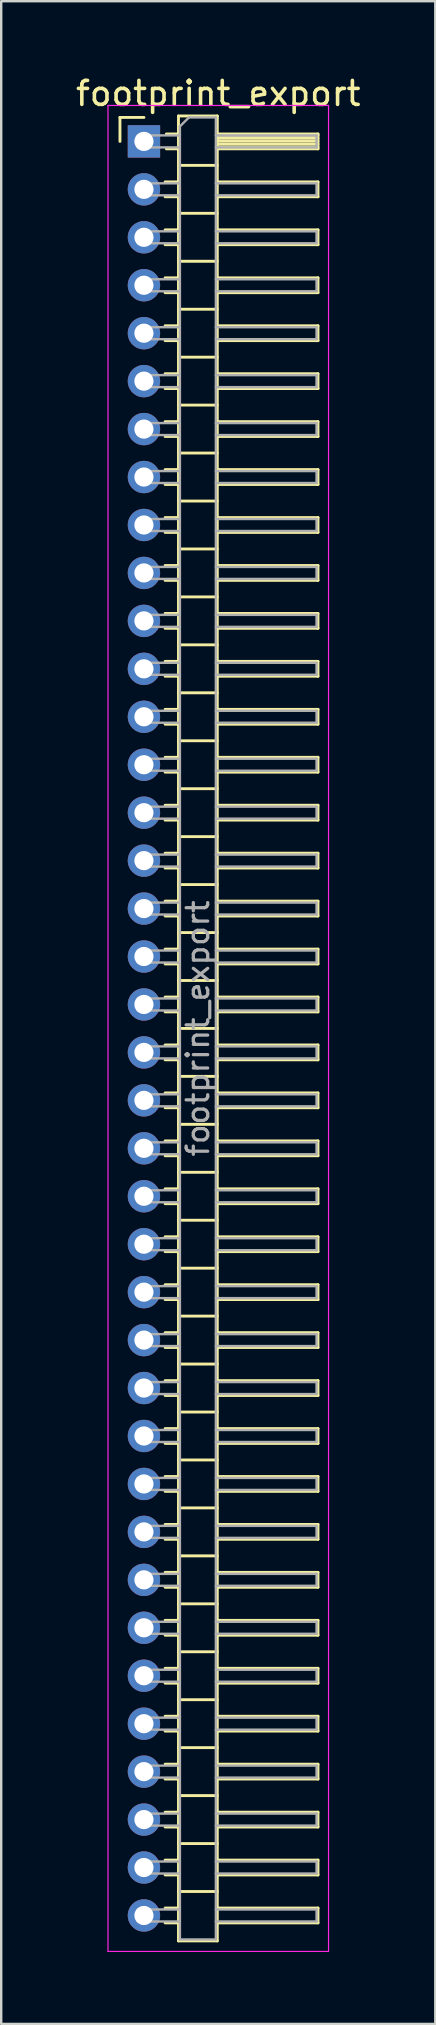
<source format=kicad_pcb>
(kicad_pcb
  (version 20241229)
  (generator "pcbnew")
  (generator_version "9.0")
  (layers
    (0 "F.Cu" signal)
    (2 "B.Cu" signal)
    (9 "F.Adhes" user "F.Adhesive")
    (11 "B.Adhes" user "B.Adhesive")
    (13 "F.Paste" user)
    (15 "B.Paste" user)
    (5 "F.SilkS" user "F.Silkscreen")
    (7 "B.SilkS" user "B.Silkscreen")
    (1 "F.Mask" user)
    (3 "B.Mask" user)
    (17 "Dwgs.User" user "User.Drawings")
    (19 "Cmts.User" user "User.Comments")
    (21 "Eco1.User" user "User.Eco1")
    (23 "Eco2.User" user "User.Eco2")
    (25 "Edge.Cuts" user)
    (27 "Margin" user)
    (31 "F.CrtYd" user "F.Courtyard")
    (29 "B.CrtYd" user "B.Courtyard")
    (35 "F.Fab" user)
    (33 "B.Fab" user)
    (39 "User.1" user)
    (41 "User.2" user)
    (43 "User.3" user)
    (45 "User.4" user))
  (footprint "footprint_export"
    (layer "F.Cu")
    (at 2.954 2.848)
    (property "Reference" "footprint_export" (at 3.1 -2 0) (layer "F.SilkS") (effects (font (size 1 1) (thickness 0.15))))
    (attr through_hole)
    (fp_line (start -1 -1) (end 0 -1) (stroke (width 0.12) (type solid)) (layer "F.SilkS"))
    (fp_line (start -1 0) (end -1 -1) (stroke (width 0.12) (type solid)) (layer "F.SilkS"))
    (fp_line (start 0.882 1.69) (end 1.44 1.69) (stroke (width 0.12) (type solid)) (layer "F.SilkS"))
    (fp_line (start 0.882 2.31) (end 1.44 2.31) (stroke (width 0.12) (type solid)) (layer "F.SilkS"))
    (fp_line (start 0.882 3.69) (end 1.44 3.69) (stroke (width 0.12) (type solid)) (layer "F.SilkS"))
    (fp_line (start 0.882 4.31) (end 1.44 4.31) (stroke (width 0.12) (type solid)) (layer "F.SilkS"))
    (fp_line (start 0.882 5.69) (end 1.44 5.69) (stroke (width 0.12) (type solid)) (layer "F.SilkS"))
    (fp_line (start 0.882 6.31) (end 1.44 6.31) (stroke (width 0.12) (type solid)) (layer "F.SilkS"))
    (fp_line (start 0.882 7.69) (end 1.44 7.69) (stroke (width 0.12) (type solid)) (layer "F.SilkS"))
    (fp_line (start 0.882 8.31) (end 1.44 8.31) (stroke (width 0.12) (type solid)) (layer "F.SilkS"))
    (fp_line (start 0.882 9.69) (end 1.44 9.69) (stroke (width 0.12) (type solid)) (layer "F.SilkS"))
    (fp_line (start 0.882 10.31) (end 1.44 10.31) (stroke (width 0.12) (type solid)) (layer "F.SilkS"))
    (fp_line (start 0.882 11.69) (end 1.44 11.69) (stroke (width 0.12) (type solid)) (layer "F.SilkS"))
    (fp_line (start 0.882 12.31) (end 1.44 12.31) (stroke (width 0.12) (type solid)) (layer "F.SilkS"))
    (fp_line (start 0.882 13.69) (end 1.44 13.69) (stroke (width 0.12) (type solid)) (layer "F.SilkS"))
    (fp_line (start 0.882 14.31) (end 1.44 14.31) (stroke (width 0.12) (type solid)) (layer "F.SilkS"))
    (fp_line (start 0.882 15.69) (end 1.44 15.69) (stroke (width 0.12) (type solid)) (layer "F.SilkS"))
    (fp_line (start 0.882 16.31) (end 1.44 16.31) (stroke (width 0.12) (type solid)) (layer "F.SilkS"))
    (fp_line (start 0.882 17.69) (end 1.44 17.69) (stroke (width 0.12) (type solid)) (layer "F.SilkS"))
    (fp_line (start 0.882 18.31) (end 1.44 18.31) (stroke (width 0.12) (type solid)) (layer "F.SilkS"))
    (fp_line (start 0.882 19.69) (end 1.44 19.69) (stroke (width 0.12) (type solid)) (layer "F.SilkS"))
    (fp_line (start 0.882 20.31) (end 1.44 20.31) (stroke (width 0.12) (type solid)) (layer "F.SilkS"))
    (fp_line (start 0.882 21.69) (end 1.44 21.69) (stroke (width 0.12) (type solid)) (layer "F.SilkS"))
    (fp_line (start 0.882 22.31) (end 1.44 22.31) (stroke (width 0.12) (type solid)) (layer "F.SilkS"))
    (fp_line (start 0.882 23.69) (end 1.44 23.69) (stroke (width 0.12) (type solid)) (layer "F.SilkS"))
    (fp_line (start 0.882 24.31) (end 1.44 24.31) (stroke (width 0.12) (type solid)) (layer "F.SilkS"))
    (fp_line (start 0.882 25.69) (end 1.44 25.69) (stroke (width 0.12) (type solid)) (layer "F.SilkS"))
    (fp_line (start 0.882 26.31) (end 1.44 26.31) (stroke (width 0.12) (type solid)) (layer "F.SilkS"))
    (fp_line (start 0.882 27.69) (end 1.44 27.69) (stroke (width 0.12) (type solid)) (layer "F.SilkS"))
    (fp_line (start 0.882 28.31) (end 1.44 28.31) (stroke (width 0.12) (type solid)) (layer "F.SilkS"))
    (fp_line (start 0.882 29.69) (end 1.44 29.69) (stroke (width 0.12) (type solid)) (layer "F.SilkS"))
    (fp_line (start 0.882 30.31) (end 1.44 30.31) (stroke (width 0.12) (type solid)) (layer "F.SilkS"))
    (fp_line (start 0.882 31.69) (end 1.44 31.69) (stroke (width 0.12) (type solid)) (layer "F.SilkS"))
    (fp_line (start 0.882 32.31) (end 1.44 32.31) (stroke (width 0.12) (type solid)) (layer "F.SilkS"))
    (fp_line (start 0.882 33.69) (end 1.44 33.69) (stroke (width 0.12) (type solid)) (layer "F.SilkS"))
    (fp_line (start 0.882 34.31) (end 1.44 34.31) (stroke (width 0.12) (type solid)) (layer "F.SilkS"))
    (fp_line (start 0.882 35.69) (end 1.44 35.69) (stroke (width 0.12) (type solid)) (layer "F.SilkS"))
    (fp_line (start 0.882 36.31) (end 1.44 36.31) (stroke (width 0.12) (type solid)) (layer "F.SilkS"))
    (fp_line (start 0.882 37.69) (end 1.44 37.69) (stroke (width 0.12) (type solid)) (layer "F.SilkS"))
    (fp_line (start 0.882 38.31) (end 1.44 38.31) (stroke (width 0.12) (type solid)) (layer "F.SilkS"))
    (fp_line (start 0.882 39.69) (end 1.44 39.69) (stroke (width 0.12) (type solid)) (layer "F.SilkS"))
    (fp_line (start 0.882 40.31) (end 1.44 40.31) (stroke (width 0.12) (type solid)) (layer "F.SilkS"))
    (fp_line (start 0.882 41.69) (end 1.44 41.69) (stroke (width 0.12) (type solid)) (layer "F.SilkS"))
    (fp_line (start 0.882 42.31) (end 1.44 42.31) (stroke (width 0.12) (type solid)) (layer "F.SilkS"))
    (fp_line (start 0.882 43.69) (end 1.44 43.69) (stroke (width 0.12) (type solid)) (layer "F.SilkS"))
    (fp_line (start 0.882 44.31) (end 1.44 44.31) (stroke (width 0.12) (type solid)) (layer "F.SilkS"))
    (fp_line (start 0.882 45.69) (end 1.44 45.69) (stroke (width 0.12) (type solid)) (layer "F.SilkS"))
    (fp_line (start 0.882 46.31) (end 1.44 46.31) (stroke (width 0.12) (type solid)) (layer "F.SilkS"))
    (fp_line (start 0.882 47.69) (end 1.44 47.69) (stroke (width 0.12) (type solid)) (layer "F.SilkS"))
    (fp_line (start 0.882 48.31) (end 1.44 48.31) (stroke (width 0.12) (type solid)) (layer "F.SilkS"))
    (fp_line (start 0.882 49.69) (end 1.44 49.69) (stroke (width 0.12) (type solid)) (layer "F.SilkS"))
    (fp_line (start 0.882 50.31) (end 1.44 50.31) (stroke (width 0.12) (type solid)) (layer "F.SilkS"))
    (fp_line (start 0.882 51.69) (end 1.44 51.69) (stroke (width 0.12) (type solid)) (layer "F.SilkS"))
    (fp_line (start 0.882 52.31) (end 1.44 52.31) (stroke (width 0.12) (type solid)) (layer "F.SilkS"))
    (fp_line (start 0.882 53.69) (end 1.44 53.69) (stroke (width 0.12) (type solid)) (layer "F.SilkS"))
    (fp_line (start 0.882 54.31) (end 1.44 54.31) (stroke (width 0.12) (type solid)) (layer "F.SilkS"))
    (fp_line (start 0.882 55.69) (end 1.44 55.69) (stroke (width 0.12) (type solid)) (layer "F.SilkS"))
    (fp_line (start 0.882 56.31) (end 1.44 56.31) (stroke (width 0.12) (type solid)) (layer "F.SilkS"))
    (fp_line (start 0.882 57.69) (end 1.44 57.69) (stroke (width 0.12) (type solid)) (layer "F.SilkS"))
    (fp_line (start 0.882 58.31) (end 1.44 58.31) (stroke (width 0.12) (type solid)) (layer "F.SilkS"))
    (fp_line (start 0.882 59.69) (end 1.44 59.69) (stroke (width 0.12) (type solid)) (layer "F.SilkS"))
    (fp_line (start 0.882 60.31) (end 1.44 60.31) (stroke (width 0.12) (type solid)) (layer "F.SilkS"))
    (fp_line (start 0.882 61.69) (end 1.44 61.69) (stroke (width 0.12) (type solid)) (layer "F.SilkS"))
    (fp_line (start 0.882 62.31) (end 1.44 62.31) (stroke (width 0.12) (type solid)) (layer "F.SilkS"))
    (fp_line (start 0.882 63.69) (end 1.44 63.69) (stroke (width 0.12) (type solid)) (layer "F.SilkS"))
    (fp_line (start 0.882 64.31) (end 1.44 64.31) (stroke (width 0.12) (type solid)) (layer "F.SilkS"))
    (fp_line (start 0.882 65.69) (end 1.44 65.69) (stroke (width 0.12) (type solid)) (layer "F.SilkS"))
    (fp_line (start 0.882 66.31) (end 1.44 66.31) (stroke (width 0.12) (type solid)) (layer "F.SilkS"))
    (fp_line (start 0.882 67.69) (end 1.44 67.69) (stroke (width 0.12) (type solid)) (layer "F.SilkS"))
    (fp_line (start 0.882 68.31) (end 1.44 68.31) (stroke (width 0.12) (type solid)) (layer "F.SilkS"))
    (fp_line (start 0.882 69.69) (end 1.44 69.69) (stroke (width 0.12) (type solid)) (layer "F.SilkS"))
    (fp_line (start 0.882 70.31) (end 1.44 70.31) (stroke (width 0.12) (type solid)) (layer "F.SilkS"))
    (fp_line (start 0.882 71.69) (end 1.44 71.69) (stroke (width 0.12) (type solid)) (layer "F.SilkS"))
    (fp_line (start 0.882 72.31) (end 1.44 72.31) (stroke (width 0.12) (type solid)) (layer "F.SilkS"))
    (fp_line (start 0.882 73.69) (end 1.44 73.69) (stroke (width 0.12) (type solid)) (layer "F.SilkS"))
    (fp_line (start 0.882 74.31) (end 1.44 74.31) (stroke (width 0.12) (type solid)) (layer "F.SilkS"))
    (fp_line (start 0.935 -0.31) (end 1.44 -0.31) (stroke (width 0.12) (type solid)) (layer "F.SilkS"))
    (fp_line (start 0.935 0.31) (end 1.44 0.31) (stroke (width 0.12) (type solid)) (layer "F.SilkS"))
    (fp_line (start 1.44 -1.06) (end 1.44 75.06) (stroke (width 0.12) (type solid)) (layer "F.SilkS"))
    (fp_line (start 1.44 1) (end 3.06 1) (stroke (width 0.12) (type solid)) (layer "F.SilkS"))
    (fp_line (start 1.44 3) (end 3.06 3) (stroke (width 0.12) (type solid)) (layer "F.SilkS"))
    (fp_line (start 1.44 5) (end 3.06 5) (stroke (width 0.12) (type solid)) (layer "F.SilkS"))
    (fp_line (start 1.44 7) (end 3.06 7) (stroke (width 0.12) (type solid)) (layer "F.SilkS"))
    (fp_line (start 1.44 9) (end 3.06 9) (stroke (width 0.12) (type solid)) (layer "F.SilkS"))
    (fp_line (start 1.44 11) (end 3.06 11) (stroke (width 0.12) (type solid)) (layer "F.SilkS"))
    (fp_line (start 1.44 13) (end 3.06 13) (stroke (width 0.12) (type solid)) (layer "F.SilkS"))
    (fp_line (start 1.44 15) (end 3.06 15) (stroke (width 0.12) (type solid)) (layer "F.SilkS"))
    (fp_line (start 1.44 17) (end 3.06 17) (stroke (width 0.12) (type solid)) (layer "F.SilkS"))
    (fp_line (start 1.44 19) (end 3.06 19) (stroke (width 0.12) (type solid)) (layer "F.SilkS"))
    (fp_line (start 1.44 21) (end 3.06 21) (stroke (width 0.12) (type solid)) (layer "F.SilkS"))
    (fp_line (start 1.44 23) (end 3.06 23) (stroke (width 0.12) (type solid)) (layer "F.SilkS"))
    (fp_line (start 1.44 25) (end 3.06 25) (stroke (width 0.12) (type solid)) (layer "F.SilkS"))
    (fp_line (start 1.44 27) (end 3.06 27) (stroke (width 0.12) (type solid)) (layer "F.SilkS"))
    (fp_line (start 1.44 29) (end 3.06 29) (stroke (width 0.12) (type solid)) (layer "F.SilkS"))
    (fp_line (start 1.44 31) (end 3.06 31) (stroke (width 0.12) (type solid)) (layer "F.SilkS"))
    (fp_line (start 1.44 33) (end 3.06 33) (stroke (width 0.12) (type solid)) (layer "F.SilkS"))
    (fp_line (start 1.44 35) (end 3.06 35) (stroke (width 0.12) (type solid)) (layer "F.SilkS"))
    (fp_line (start 1.44 37) (end 3.06 37) (stroke (width 0.12) (type solid)) (layer "F.SilkS"))
    (fp_line (start 1.44 39) (end 3.06 39) (stroke (width 0.12) (type solid)) (layer "F.SilkS"))
    (fp_line (start 1.44 41) (end 3.06 41) (stroke (width 0.12) (type solid)) (layer "F.SilkS"))
    (fp_line (start 1.44 43) (end 3.06 43) (stroke (width 0.12) (type solid)) (layer "F.SilkS"))
    (fp_line (start 1.44 45) (end 3.06 45) (stroke (width 0.12) (type solid)) (layer "F.SilkS"))
    (fp_line (start 1.44 47) (end 3.06 47) (stroke (width 0.12) (type solid)) (layer "F.SilkS"))
    (fp_line (start 1.44 49) (end 3.06 49) (stroke (width 0.12) (type solid)) (layer "F.SilkS"))
    (fp_line (start 1.44 51) (end 3.06 51) (stroke (width 0.12) (type solid)) (layer "F.SilkS"))
    (fp_line (start 1.44 53) (end 3.06 53) (stroke (width 0.12) (type solid)) (layer "F.SilkS"))
    (fp_line (start 1.44 55) (end 3.06 55) (stroke (width 0.12) (type solid)) (layer "F.SilkS"))
    (fp_line (start 1.44 57) (end 3.06 57) (stroke (width 0.12) (type solid)) (layer "F.SilkS"))
    (fp_line (start 1.44 59) (end 3.06 59) (stroke (width 0.12) (type solid)) (layer "F.SilkS"))
    (fp_line (start 1.44 61) (end 3.06 61) (stroke (width 0.12) (type solid)) (layer "F.SilkS"))
    (fp_line (start 1.44 63) (end 3.06 63) (stroke (width 0.12) (type solid)) (layer "F.SilkS"))
    (fp_line (start 1.44 65) (end 3.06 65) (stroke (width 0.12) (type solid)) (layer "F.SilkS"))
    (fp_line (start 1.44 67) (end 3.06 67) (stroke (width 0.12) (type solid)) (layer "F.SilkS"))
    (fp_line (start 1.44 69) (end 3.06 69) (stroke (width 0.12) (type solid)) (layer "F.SilkS"))
    (fp_line (start 1.44 71) (end 3.06 71) (stroke (width 0.12) (type solid)) (layer "F.SilkS"))
    (fp_line (start 1.44 73) (end 3.06 73) (stroke (width 0.12) (type solid)) (layer "F.SilkS"))
    (fp_line (start 1.44 75.06) (end 3.06 75.06) (stroke (width 0.12) (type solid)) (layer "F.SilkS"))
    (fp_line (start 3.06 -1.06) (end 1.44 -1.06) (stroke (width 0.12) (type solid)) (layer "F.SilkS"))
    (fp_line (start 3.06 -0.31) (end 7.26 -0.31) (stroke (width 0.12) (type solid)) (layer "F.SilkS"))
    (fp_line (start 3.06 -0.25) (end 7.26 -0.25) (stroke (width 0.12) (type solid)) (layer "F.SilkS"))
    (fp_line (start 3.06 -0.13) (end 7.26 -0.13) (stroke (width 0.12) (type solid)) (layer "F.SilkS"))
    (fp_line (start 3.06 -0.01) (end 7.26 -0.01) (stroke (width 0.12) (type solid)) (layer "F.SilkS"))
    (fp_line (start 3.06 0.11) (end 7.26 0.11) (stroke (width 0.12) (type solid)) (layer "F.SilkS"))
    (fp_line (start 3.06 0.23) (end 7.26 0.23) (stroke (width 0.12) (type solid)) (layer "F.SilkS"))
    (fp_line (start 3.06 1.69) (end 7.26 1.69) (stroke (width 0.12) (type solid)) (layer "F.SilkS"))
    (fp_line (start 3.06 3.69) (end 7.26 3.69) (stroke (width 0.12) (type solid)) (layer "F.SilkS"))
    (fp_line (start 3.06 5.69) (end 7.26 5.69) (stroke (width 0.12) (type solid)) (layer "F.SilkS"))
    (fp_line (start 3.06 7.69) (end 7.26 7.69) (stroke (width 0.12) (type solid)) (layer "F.SilkS"))
    (fp_line (start 3.06 9.69) (end 7.26 9.69) (stroke (width 0.12) (type solid)) (layer "F.SilkS"))
    (fp_line (start 3.06 11.69) (end 7.26 11.69) (stroke (width 0.12) (type solid)) (layer "F.SilkS"))
    (fp_line (start 3.06 13.69) (end 7.26 13.69) (stroke (width 0.12) (type solid)) (layer "F.SilkS"))
    (fp_line (start 3.06 15.69) (end 7.26 15.69) (stroke (width 0.12) (type solid)) (layer "F.SilkS"))
    (fp_line (start 3.06 17.69) (end 7.26 17.69) (stroke (width 0.12) (type solid)) (layer "F.SilkS"))
    (fp_line (start 3.06 19.69) (end 7.26 19.69) (stroke (width 0.12) (type solid)) (layer "F.SilkS"))
    (fp_line (start 3.06 21.69) (end 7.26 21.69) (stroke (width 0.12) (type solid)) (layer "F.SilkS"))
    (fp_line (start 3.06 23.69) (end 7.26 23.69) (stroke (width 0.12) (type solid)) (layer "F.SilkS"))
    (fp_line (start 3.06 25.69) (end 7.26 25.69) (stroke (width 0.12) (type solid)) (layer "F.SilkS"))
    (fp_line (start 3.06 27.69) (end 7.26 27.69) (stroke (width 0.12) (type solid)) (layer "F.SilkS"))
    (fp_line (start 3.06 29.69) (end 7.26 29.69) (stroke (width 0.12) (type solid)) (layer "F.SilkS"))
    (fp_line (start 3.06 31.69) (end 7.26 31.69) (stroke (width 0.12) (type solid)) (layer "F.SilkS"))
    (fp_line (start 3.06 33.69) (end 7.26 33.69) (stroke (width 0.12) (type solid)) (layer "F.SilkS"))
    (fp_line (start 3.06 35.69) (end 7.26 35.69) (stroke (width 0.12) (type solid)) (layer "F.SilkS"))
    (fp_line (start 3.06 37.69) (end 7.26 37.69) (stroke (width 0.12) (type solid)) (layer "F.SilkS"))
    (fp_line (start 3.06 39.69) (end 7.26 39.69) (stroke (width 0.12) (type solid)) (layer "F.SilkS"))
    (fp_line (start 3.06 41.69) (end 7.26 41.69) (stroke (width 0.12) (type solid)) (layer "F.SilkS"))
    (fp_line (start 3.06 43.69) (end 7.26 43.69) (stroke (width 0.12) (type solid)) (layer "F.SilkS"))
    (fp_line (start 3.06 45.69) (end 7.26 45.69) (stroke (width 0.12) (type solid)) (layer "F.SilkS"))
    (fp_line (start 3.06 47.69) (end 7.26 47.69) (stroke (width 0.12) (type solid)) (layer "F.SilkS"))
    (fp_line (start 3.06 49.69) (end 7.26 49.69) (stroke (width 0.12) (type solid)) (layer "F.SilkS"))
    (fp_line (start 3.06 51.69) (end 7.26 51.69) (stroke (width 0.12) (type solid)) (layer "F.SilkS"))
    (fp_line (start 3.06 53.69) (end 7.26 53.69) (stroke (width 0.12) (type solid)) (layer "F.SilkS"))
    (fp_line (start 3.06 55.69) (end 7.26 55.69) (stroke (width 0.12) (type solid)) (layer "F.SilkS"))
    (fp_line (start 3.06 57.69) (end 7.26 57.69) (stroke (width 0.12) (type solid)) (layer "F.SilkS"))
    (fp_line (start 3.06 59.69) (end 7.26 59.69) (stroke (width 0.12) (type solid)) (layer "F.SilkS"))
    (fp_line (start 3.06 61.69) (end 7.26 61.69) (stroke (width 0.12) (type solid)) (layer "F.SilkS"))
    (fp_line (start 3.06 63.69) (end 7.26 63.69) (stroke (width 0.12) (type solid)) (layer "F.SilkS"))
    (fp_line (start 3.06 65.69) (end 7.26 65.69) (stroke (width 0.12) (type solid)) (layer "F.SilkS"))
    (fp_line (start 3.06 67.69) (end 7.26 67.69) (stroke (width 0.12) (type solid)) (layer "F.SilkS"))
    (fp_line (start 3.06 69.69) (end 7.26 69.69) (stroke (width 0.12) (type solid)) (layer "F.SilkS"))
    (fp_line (start 3.06 71.69) (end 7.26 71.69) (stroke (width 0.12) (type solid)) (layer "F.SilkS"))
    (fp_line (start 3.06 73.69) (end 7.26 73.69) (stroke (width 0.12) (type solid)) (layer "F.SilkS"))
    (fp_line (start 3.06 75.06) (end 3.06 -1.06) (stroke (width 0.12) (type solid)) (layer "F.SilkS"))
    (fp_line (start 7.26 -0.31) (end 7.26 0.31) (stroke (width 0.12) (type solid)) (layer "F.SilkS"))
    (fp_line (start 7.26 0.31) (end 3.06 0.31) (stroke (width 0.12) (type solid)) (layer "F.SilkS"))
    (fp_line (start 7.26 1.69) (end 7.26 2.31) (stroke (width 0.12) (type solid)) (layer "F.SilkS"))
    (fp_line (start 7.26 2.31) (end 3.06 2.31) (stroke (width 0.12) (type solid)) (layer "F.SilkS"))
    (fp_line (start 7.26 3.69) (end 7.26 4.31) (stroke (width 0.12) (type solid)) (layer "F.SilkS"))
    (fp_line (start 7.26 4.31) (end 3.06 4.31) (stroke (width 0.12) (type solid)) (layer "F.SilkS"))
    (fp_line (start 7.26 5.69) (end 7.26 6.31) (stroke (width 0.12) (type solid)) (layer "F.SilkS"))
    (fp_line (start 7.26 6.31) (end 3.06 6.31) (stroke (width 0.12) (type solid)) (layer "F.SilkS"))
    (fp_line (start 7.26 7.69) (end 7.26 8.31) (stroke (width 0.12) (type solid)) (layer "F.SilkS"))
    (fp_line (start 7.26 8.31) (end 3.06 8.31) (stroke (width 0.12) (type solid)) (layer "F.SilkS"))
    (fp_line (start 7.26 9.69) (end 7.26 10.31) (stroke (width 0.12) (type solid)) (layer "F.SilkS"))
    (fp_line (start 7.26 10.31) (end 3.06 10.31) (stroke (width 0.12) (type solid)) (layer "F.SilkS"))
    (fp_line (start 7.26 11.69) (end 7.26 12.31) (stroke (width 0.12) (type solid)) (layer "F.SilkS"))
    (fp_line (start 7.26 12.31) (end 3.06 12.31) (stroke (width 0.12) (type solid)) (layer "F.SilkS"))
    (fp_line (start 7.26 13.69) (end 7.26 14.31) (stroke (width 0.12) (type solid)) (layer "F.SilkS"))
    (fp_line (start 7.26 14.31) (end 3.06 14.31) (stroke (width 0.12) (type solid)) (layer "F.SilkS"))
    (fp_line (start 7.26 15.69) (end 7.26 16.31) (stroke (width 0.12) (type solid)) (layer "F.SilkS"))
    (fp_line (start 7.26 16.31) (end 3.06 16.31) (stroke (width 0.12) (type solid)) (layer "F.SilkS"))
    (fp_line (start 7.26 17.69) (end 7.26 18.31) (stroke (width 0.12) (type solid)) (layer "F.SilkS"))
    (fp_line (start 7.26 18.31) (end 3.06 18.31) (stroke (width 0.12) (type solid)) (layer "F.SilkS"))
    (fp_line (start 7.26 19.69) (end 7.26 20.31) (stroke (width 0.12) (type solid)) (layer "F.SilkS"))
    (fp_line (start 7.26 20.31) (end 3.06 20.31) (stroke (width 0.12) (type solid)) (layer "F.SilkS"))
    (fp_line (start 7.26 21.69) (end 7.26 22.31) (stroke (width 0.12) (type solid)) (layer "F.SilkS"))
    (fp_line (start 7.26 22.31) (end 3.06 22.31) (stroke (width 0.12) (type solid)) (layer "F.SilkS"))
    (fp_line (start 7.26 23.69) (end 7.26 24.31) (stroke (width 0.12) (type solid)) (layer "F.SilkS"))
    (fp_line (start 7.26 24.31) (end 3.06 24.31) (stroke (width 0.12) (type solid)) (layer "F.SilkS"))
    (fp_line (start 7.26 25.69) (end 7.26 26.31) (stroke (width 0.12) (type solid)) (layer "F.SilkS"))
    (fp_line (start 7.26 26.31) (end 3.06 26.31) (stroke (width 0.12) (type solid)) (layer "F.SilkS"))
    (fp_line (start 7.26 27.69) (end 7.26 28.31) (stroke (width 0.12) (type solid)) (layer "F.SilkS"))
    (fp_line (start 7.26 28.31) (end 3.06 28.31) (stroke (width 0.12) (type solid)) (layer "F.SilkS"))
    (fp_line (start 7.26 29.69) (end 7.26 30.31) (stroke (width 0.12) (type solid)) (layer "F.SilkS"))
    (fp_line (start 7.26 30.31) (end 3.06 30.31) (stroke (width 0.12) (type solid)) (layer "F.SilkS"))
    (fp_line (start 7.26 31.69) (end 7.26 32.31) (stroke (width 0.12) (type solid)) (layer "F.SilkS"))
    (fp_line (start 7.26 32.31) (end 3.06 32.31) (stroke (width 0.12) (type solid)) (layer "F.SilkS"))
    (fp_line (start 7.26 33.69) (end 7.26 34.31) (stroke (width 0.12) (type solid)) (layer "F.SilkS"))
    (fp_line (start 7.26 34.31) (end 3.06 34.31) (stroke (width 0.12) (type solid)) (layer "F.SilkS"))
    (fp_line (start 7.26 35.69) (end 7.26 36.31) (stroke (width 0.12) (type solid)) (layer "F.SilkS"))
    (fp_line (start 7.26 36.31) (end 3.06 36.31) (stroke (width 0.12) (type solid)) (layer "F.SilkS"))
    (fp_line (start 7.26 37.69) (end 7.26 38.31) (stroke (width 0.12) (type solid)) (layer "F.SilkS"))
    (fp_line (start 7.26 38.31) (end 3.06 38.31) (stroke (width 0.12) (type solid)) (layer "F.SilkS"))
    (fp_line (start 7.26 39.69) (end 7.26 40.31) (stroke (width 0.12) (type solid)) (layer "F.SilkS"))
    (fp_line (start 7.26 40.31) (end 3.06 40.31) (stroke (width 0.12) (type solid)) (layer "F.SilkS"))
    (fp_line (start 7.26 41.69) (end 7.26 42.31) (stroke (width 0.12) (type solid)) (layer "F.SilkS"))
    (fp_line (start 7.26 42.31) (end 3.06 42.31) (stroke (width 0.12) (type solid)) (layer "F.SilkS"))
    (fp_line (start 7.26 43.69) (end 7.26 44.31) (stroke (width 0.12) (type solid)) (layer "F.SilkS"))
    (fp_line (start 7.26 44.31) (end 3.06 44.31) (stroke (width 0.12) (type solid)) (layer "F.SilkS"))
    (fp_line (start 7.26 45.69) (end 7.26 46.31) (stroke (width 0.12) (type solid)) (layer "F.SilkS"))
    (fp_line (start 7.26 46.31) (end 3.06 46.31) (stroke (width 0.12) (type solid)) (layer "F.SilkS"))
    (fp_line (start 7.26 47.69) (end 7.26 48.31) (stroke (width 0.12) (type solid)) (layer "F.SilkS"))
    (fp_line (start 7.26 48.31) (end 3.06 48.31) (stroke (width 0.12) (type solid)) (layer "F.SilkS"))
    (fp_line (start 7.26 49.69) (end 7.26 50.31) (stroke (width 0.12) (type solid)) (layer "F.SilkS"))
    (fp_line (start 7.26 50.31) (end 3.06 50.31) (stroke (width 0.12) (type solid)) (layer "F.SilkS"))
    (fp_line (start 7.26 51.69) (end 7.26 52.31) (stroke (width 0.12) (type solid)) (layer "F.SilkS"))
    (fp_line (start 7.26 52.31) (end 3.06 52.31) (stroke (width 0.12) (type solid)) (layer "F.SilkS"))
    (fp_line (start 7.26 53.69) (end 7.26 54.31) (stroke (width 0.12) (type solid)) (layer "F.SilkS"))
    (fp_line (start 7.26 54.31) (end 3.06 54.31) (stroke (width 0.12) (type solid)) (layer "F.SilkS"))
    (fp_line (start 7.26 55.69) (end 7.26 56.31) (stroke (width 0.12) (type solid)) (layer "F.SilkS"))
    (fp_line (start 7.26 56.31) (end 3.06 56.31) (stroke (width 0.12) (type solid)) (layer "F.SilkS"))
    (fp_line (start 7.26 57.69) (end 7.26 58.31) (stroke (width 0.12) (type solid)) (layer "F.SilkS"))
    (fp_line (start 7.26 58.31) (end 3.06 58.31) (stroke (width 0.12) (type solid)) (layer "F.SilkS"))
    (fp_line (start 7.26 59.69) (end 7.26 60.31) (stroke (width 0.12) (type solid)) (layer "F.SilkS"))
    (fp_line (start 7.26 60.31) (end 3.06 60.31) (stroke (width 0.12) (type solid)) (layer "F.SilkS"))
    (fp_line (start 7.26 61.69) (end 7.26 62.31) (stroke (width 0.12) (type solid)) (layer "F.SilkS"))
    (fp_line (start 7.26 62.31) (end 3.06 62.31) (stroke (width 0.12) (type solid)) (layer "F.SilkS"))
    (fp_line (start 7.26 63.69) (end 7.26 64.31) (stroke (width 0.12) (type solid)) (layer "F.SilkS"))
    (fp_line (start 7.26 64.31) (end 3.06 64.31) (stroke (width 0.12) (type solid)) (layer "F.SilkS"))
    (fp_line (start 7.26 65.69) (end 7.26 66.31) (stroke (width 0.12) (type solid)) (layer "F.SilkS"))
    (fp_line (start 7.26 66.31) (end 3.06 66.31) (stroke (width 0.12) (type solid)) (layer "F.SilkS"))
    (fp_line (start 7.26 67.69) (end 7.26 68.31) (stroke (width 0.12) (type solid)) (layer "F.SilkS"))
    (fp_line (start 7.26 68.31) (end 3.06 68.31) (stroke (width 0.12) (type solid)) (layer "F.SilkS"))
    (fp_line (start 7.26 69.69) (end 7.26 70.31) (stroke (width 0.12) (type solid)) (layer "F.SilkS"))
    (fp_line (start 7.26 70.31) (end 3.06 70.31) (stroke (width 0.12) (type solid)) (layer "F.SilkS"))
    (fp_line (start 7.26 71.69) (end 7.26 72.31) (stroke (width 0.12) (type solid)) (layer "F.SilkS"))
    (fp_line (start 7.26 72.31) (end 3.06 72.31) (stroke (width 0.12) (type solid)) (layer "F.SilkS"))
    (fp_line (start 7.26 73.69) (end 7.26 74.31) (stroke (width 0.12) (type solid)) (layer "F.SilkS"))
    (fp_line (start 7.26 74.31) (end 3.06 74.31) (stroke (width 0.12) (type solid)) (layer "F.SilkS"))
    (fp_line (start -1.5 -1.5) (end -1.5 75.5) (stroke (width 0.05) (type solid)) (layer "F.CrtYd"))
    (fp_line (start -1.5 75.5) (end 7.7 75.5) (stroke (width 0.05) (type solid)) (layer "F.CrtYd"))
    (fp_line (start 7.7 -1.5) (end -1.5 -1.5) (stroke (width 0.05) (type solid)) (layer "F.CrtYd"))
    (fp_line (start 7.7 75.5) (end 7.7 -1.5) (stroke (width 0.05) (type solid)) (layer "F.CrtYd"))
    (fp_line (start -0.25 -0.25) (end -0.25 0.25) (stroke (width 0.1) (type solid)) (layer "F.Fab"))
    (fp_line (start -0.25 -0.25) (end 1.5 -0.25) (stroke (width 0.1) (type solid)) (layer "F.Fab"))
    (fp_line (start -0.25 0.25) (end 1.5 0.25) (stroke (width 0.1) (type solid)) (layer "F.Fab"))
    (fp_line (start -0.25 1.75) (end -0.25 2.25) (stroke (width 0.1) (type solid)) (layer "F.Fab"))
    (fp_line (start -0.25 1.75) (end 1.5 1.75) (stroke (width 0.1) (type solid)) (layer "F.Fab"))
    (fp_line (start -0.25 2.25) (end 1.5 2.25) (stroke (width 0.1) (type solid)) (layer "F.Fab"))
    (fp_line (start -0.25 3.75) (end -0.25 4.25) (stroke (width 0.1) (type solid)) (layer "F.Fab"))
    (fp_line (start -0.25 3.75) (end 1.5 3.75) (stroke (width 0.1) (type solid)) (layer "F.Fab"))
    (fp_line (start -0.25 4.25) (end 1.5 4.25) (stroke (width 0.1) (type solid)) (layer "F.Fab"))
    (fp_line (start -0.25 5.75) (end -0.25 6.25) (stroke (width 0.1) (type solid)) (layer "F.Fab"))
    (fp_line (start -0.25 5.75) (end 1.5 5.75) (stroke (width 0.1) (type solid)) (layer "F.Fab"))
    (fp_line (start -0.25 6.25) (end 1.5 6.25) (stroke (width 0.1) (type solid)) (layer "F.Fab"))
    (fp_line (start -0.25 7.75) (end -0.25 8.25) (stroke (width 0.1) (type solid)) (layer "F.Fab"))
    (fp_line (start -0.25 7.75) (end 1.5 7.75) (stroke (width 0.1) (type solid)) (layer "F.Fab"))
    (fp_line (start -0.25 8.25) (end 1.5 8.25) (stroke (width 0.1) (type solid)) (layer "F.Fab"))
    (fp_line (start -0.25 9.75) (end -0.25 10.25) (stroke (width 0.1) (type solid)) (layer "F.Fab"))
    (fp_line (start -0.25 9.75) (end 1.5 9.75) (stroke (width 0.1) (type solid)) (layer "F.Fab"))
    (fp_line (start -0.25 10.25) (end 1.5 10.25) (stroke (width 0.1) (type solid)) (layer "F.Fab"))
    (fp_line (start -0.25 11.75) (end -0.25 12.25) (stroke (width 0.1) (type solid)) (layer "F.Fab"))
    (fp_line (start -0.25 11.75) (end 1.5 11.75) (stroke (width 0.1) (type solid)) (layer "F.Fab"))
    (fp_line (start -0.25 12.25) (end 1.5 12.25) (stroke (width 0.1) (type solid)) (layer "F.Fab"))
    (fp_line (start -0.25 13.75) (end -0.25 14.25) (stroke (width 0.1) (type solid)) (layer "F.Fab"))
    (fp_line (start -0.25 13.75) (end 1.5 13.75) (stroke (width 0.1) (type solid)) (layer "F.Fab"))
    (fp_line (start -0.25 14.25) (end 1.5 14.25) (stroke (width 0.1) (type solid)) (layer "F.Fab"))
    (fp_line (start -0.25 15.75) (end -0.25 16.25) (stroke (width 0.1) (type solid)) (layer "F.Fab"))
    (fp_line (start -0.25 15.75) (end 1.5 15.75) (stroke (width 0.1) (type solid)) (layer "F.Fab"))
    (fp_line (start -0.25 16.25) (end 1.5 16.25) (stroke (width 0.1) (type solid)) (layer "F.Fab"))
    (fp_line (start -0.25 17.75) (end -0.25 18.25) (stroke (width 0.1) (type solid)) (layer "F.Fab"))
    (fp_line (start -0.25 17.75) (end 1.5 17.75) (stroke (width 0.1) (type solid)) (layer "F.Fab"))
    (fp_line (start -0.25 18.25) (end 1.5 18.25) (stroke (width 0.1) (type solid)) (layer "F.Fab"))
    (fp_line (start -0.25 19.75) (end -0.25 20.25) (stroke (width 0.1) (type solid)) (layer "F.Fab"))
    (fp_line (start -0.25 19.75) (end 1.5 19.75) (stroke (width 0.1) (type solid)) (layer "F.Fab"))
    (fp_line (start -0.25 20.25) (end 1.5 20.25) (stroke (width 0.1) (type solid)) (layer "F.Fab"))
    (fp_line (start -0.25 21.75) (end -0.25 22.25) (stroke (width 0.1) (type solid)) (layer "F.Fab"))
    (fp_line (start -0.25 21.75) (end 1.5 21.75) (stroke (width 0.1) (type solid)) (layer "F.Fab"))
    (fp_line (start -0.25 22.25) (end 1.5 22.25) (stroke (width 0.1) (type solid)) (layer "F.Fab"))
    (fp_line (start -0.25 23.75) (end -0.25 24.25) (stroke (width 0.1) (type solid)) (layer "F.Fab"))
    (fp_line (start -0.25 23.75) (end 1.5 23.75) (stroke (width 0.1) (type solid)) (layer "F.Fab"))
    (fp_line (start -0.25 24.25) (end 1.5 24.25) (stroke (width 0.1) (type solid)) (layer "F.Fab"))
    (fp_line (start -0.25 25.75) (end -0.25 26.25) (stroke (width 0.1) (type solid)) (layer "F.Fab"))
    (fp_line (start -0.25 25.75) (end 1.5 25.75) (stroke (width 0.1) (type solid)) (layer "F.Fab"))
    (fp_line (start -0.25 26.25) (end 1.5 26.25) (stroke (width 0.1) (type solid)) (layer "F.Fab"))
    (fp_line (start -0.25 27.75) (end -0.25 28.25) (stroke (width 0.1) (type solid)) (layer "F.Fab"))
    (fp_line (start -0.25 27.75) (end 1.5 27.75) (stroke (width 0.1) (type solid)) (layer "F.Fab"))
    (fp_line (start -0.25 28.25) (end 1.5 28.25) (stroke (width 0.1) (type solid)) (layer "F.Fab"))
    (fp_line (start -0.25 29.75) (end -0.25 30.25) (stroke (width 0.1) (type solid)) (layer "F.Fab"))
    (fp_line (start -0.25 29.75) (end 1.5 29.75) (stroke (width 0.1) (type solid)) (layer "F.Fab"))
    (fp_line (start -0.25 30.25) (end 1.5 30.25) (stroke (width 0.1) (type solid)) (layer "F.Fab"))
    (fp_line (start -0.25 31.75) (end -0.25 32.25) (stroke (width 0.1) (type solid)) (layer "F.Fab"))
    (fp_line (start -0.25 31.75) (end 1.5 31.75) (stroke (width 0.1) (type solid)) (layer "F.Fab"))
    (fp_line (start -0.25 32.25) (end 1.5 32.25) (stroke (width 0.1) (type solid)) (layer "F.Fab"))
    (fp_line (start -0.25 33.75) (end -0.25 34.25) (stroke (width 0.1) (type solid)) (layer "F.Fab"))
    (fp_line (start -0.25 33.75) (end 1.5 33.75) (stroke (width 0.1) (type solid)) (layer "F.Fab"))
    (fp_line (start -0.25 34.25) (end 1.5 34.25) (stroke (width 0.1) (type solid)) (layer "F.Fab"))
    (fp_line (start -0.25 35.75) (end -0.25 36.25) (stroke (width 0.1) (type solid)) (layer "F.Fab"))
    (fp_line (start -0.25 35.75) (end 1.5 35.75) (stroke (width 0.1) (type solid)) (layer "F.Fab"))
    (fp_line (start -0.25 36.25) (end 1.5 36.25) (stroke (width 0.1) (type solid)) (layer "F.Fab"))
    (fp_line (start -0.25 37.75) (end -0.25 38.25) (stroke (width 0.1) (type solid)) (layer "F.Fab"))
    (fp_line (start -0.25 37.75) (end 1.5 37.75) (stroke (width 0.1) (type solid)) (layer "F.Fab"))
    (fp_line (start -0.25 38.25) (end 1.5 38.25) (stroke (width 0.1) (type solid)) (layer "F.Fab"))
    (fp_line (start -0.25 39.75) (end -0.25 40.25) (stroke (width 0.1) (type solid)) (layer "F.Fab"))
    (fp_line (start -0.25 39.75) (end 1.5 39.75) (stroke (width 0.1) (type solid)) (layer "F.Fab"))
    (fp_line (start -0.25 40.25) (end 1.5 40.25) (stroke (width 0.1) (type solid)) (layer "F.Fab"))
    (fp_line (start -0.25 41.75) (end -0.25 42.25) (stroke (width 0.1) (type solid)) (layer "F.Fab"))
    (fp_line (start -0.25 41.75) (end 1.5 41.75) (stroke (width 0.1) (type solid)) (layer "F.Fab"))
    (fp_line (start -0.25 42.25) (end 1.5 42.25) (stroke (width 0.1) (type solid)) (layer "F.Fab"))
    (fp_line (start -0.25 43.75) (end -0.25 44.25) (stroke (width 0.1) (type solid)) (layer "F.Fab"))
    (fp_line (start -0.25 43.75) (end 1.5 43.75) (stroke (width 0.1) (type solid)) (layer "F.Fab"))
    (fp_line (start -0.25 44.25) (end 1.5 44.25) (stroke (width 0.1) (type solid)) (layer "F.Fab"))
    (fp_line (start -0.25 45.75) (end -0.25 46.25) (stroke (width 0.1) (type solid)) (layer "F.Fab"))
    (fp_line (start -0.25 45.75) (end 1.5 45.75) (stroke (width 0.1) (type solid)) (layer "F.Fab"))
    (fp_line (start -0.25 46.25) (end 1.5 46.25) (stroke (width 0.1) (type solid)) (layer "F.Fab"))
    (fp_line (start -0.25 47.75) (end -0.25 48.25) (stroke (width 0.1) (type solid)) (layer "F.Fab"))
    (fp_line (start -0.25 47.75) (end 1.5 47.75) (stroke (width 0.1) (type solid)) (layer "F.Fab"))
    (fp_line (start -0.25 48.25) (end 1.5 48.25) (stroke (width 0.1) (type solid)) (layer "F.Fab"))
    (fp_line (start -0.25 49.75) (end -0.25 50.25) (stroke (width 0.1) (type solid)) (layer "F.Fab"))
    (fp_line (start -0.25 49.75) (end 1.5 49.75) (stroke (width 0.1) (type solid)) (layer "F.Fab"))
    (fp_line (start -0.25 50.25) (end 1.5 50.25) (stroke (width 0.1) (type solid)) (layer "F.Fab"))
    (fp_line (start -0.25 51.75) (end -0.25 52.25) (stroke (width 0.1) (type solid)) (layer "F.Fab"))
    (fp_line (start -0.25 51.75) (end 1.5 51.75) (stroke (width 0.1) (type solid)) (layer "F.Fab"))
    (fp_line (start -0.25 52.25) (end 1.5 52.25) (stroke (width 0.1) (type solid)) (layer "F.Fab"))
    (fp_line (start -0.25 53.75) (end -0.25 54.25) (stroke (width 0.1) (type solid)) (layer "F.Fab"))
    (fp_line (start -0.25 53.75) (end 1.5 53.75) (stroke (width 0.1) (type solid)) (layer "F.Fab"))
    (fp_line (start -0.25 54.25) (end 1.5 54.25) (stroke (width 0.1) (type solid)) (layer "F.Fab"))
    (fp_line (start -0.25 55.75) (end -0.25 56.25) (stroke (width 0.1) (type solid)) (layer "F.Fab"))
    (fp_line (start -0.25 55.75) (end 1.5 55.75) (stroke (width 0.1) (type solid)) (layer "F.Fab"))
    (fp_line (start -0.25 56.25) (end 1.5 56.25) (stroke (width 0.1) (type solid)) (layer "F.Fab"))
    (fp_line (start -0.25 57.75) (end -0.25 58.25) (stroke (width 0.1) (type solid)) (layer "F.Fab"))
    (fp_line (start -0.25 57.75) (end 1.5 57.75) (stroke (width 0.1) (type solid)) (layer "F.Fab"))
    (fp_line (start -0.25 58.25) (end 1.5 58.25) (stroke (width 0.1) (type solid)) (layer "F.Fab"))
    (fp_line (start -0.25 59.75) (end -0.25 60.25) (stroke (width 0.1) (type solid)) (layer "F.Fab"))
    (fp_line (start -0.25 59.75) (end 1.5 59.75) (stroke (width 0.1) (type solid)) (layer "F.Fab"))
    (fp_line (start -0.25 60.25) (end 1.5 60.25) (stroke (width 0.1) (type solid)) (layer "F.Fab"))
    (fp_line (start -0.25 61.75) (end -0.25 62.25) (stroke (width 0.1) (type solid)) (layer "F.Fab"))
    (fp_line (start -0.25 61.75) (end 1.5 61.75) (stroke (width 0.1) (type solid)) (layer "F.Fab"))
    (fp_line (start -0.25 62.25) (end 1.5 62.25) (stroke (width 0.1) (type solid)) (layer "F.Fab"))
    (fp_line (start -0.25 63.75) (end -0.25 64.25) (stroke (width 0.1) (type solid)) (layer "F.Fab"))
    (fp_line (start -0.25 63.75) (end 1.5 63.75) (stroke (width 0.1) (type solid)) (layer "F.Fab"))
    (fp_line (start -0.25 64.25) (end 1.5 64.25) (stroke (width 0.1) (type solid)) (layer "F.Fab"))
    (fp_line (start -0.25 65.75) (end -0.25 66.25) (stroke (width 0.1) (type solid)) (layer "F.Fab"))
    (fp_line (start -0.25 65.75) (end 1.5 65.75) (stroke (width 0.1) (type solid)) (layer "F.Fab"))
    (fp_line (start -0.25 66.25) (end 1.5 66.25) (stroke (width 0.1) (type solid)) (layer "F.Fab"))
    (fp_line (start -0.25 67.75) (end -0.25 68.25) (stroke (width 0.1) (type solid)) (layer "F.Fab"))
    (fp_line (start -0.25 67.75) (end 1.5 67.75) (stroke (width 0.1) (type solid)) (layer "F.Fab"))
    (fp_line (start -0.25 68.25) (end 1.5 68.25) (stroke (width 0.1) (type solid)) (layer "F.Fab"))
    (fp_line (start -0.25 69.75) (end -0.25 70.25) (stroke (width 0.1) (type solid)) (layer "F.Fab"))
    (fp_line (start -0.25 69.75) (end 1.5 69.75) (stroke (width 0.1) (type solid)) (layer "F.Fab"))
    (fp_line (start -0.25 70.25) (end 1.5 70.25) (stroke (width 0.1) (type solid)) (layer "F.Fab"))
    (fp_line (start -0.25 71.75) (end -0.25 72.25) (stroke (width 0.1) (type solid)) (layer "F.Fab"))
    (fp_line (start -0.25 71.75) (end 1.5 71.75) (stroke (width 0.1) (type solid)) (layer "F.Fab"))
    (fp_line (start -0.25 72.25) (end 1.5 72.25) (stroke (width 0.1) (type solid)) (layer "F.Fab"))
    (fp_line (start -0.25 73.75) (end -0.25 74.25) (stroke (width 0.1) (type solid)) (layer "F.Fab"))
    (fp_line (start -0.25 73.75) (end 1.5 73.75) (stroke (width 0.1) (type solid)) (layer "F.Fab"))
    (fp_line (start -0.25 74.25) (end 1.5 74.25) (stroke (width 0.1) (type solid)) (layer "F.Fab"))
    (fp_line (start 1.5 -0.625) (end 1.875 -1) (stroke (width 0.1) (type solid)) (layer "F.Fab"))
    (fp_line (start 1.5 75) (end 1.5 -0.625) (stroke (width 0.1) (type solid)) (layer "F.Fab"))
    (fp_line (start 1.875 -1) (end 3 -1) (stroke (width 0.1) (type solid)) (layer "F.Fab"))
    (fp_line (start 3 -1) (end 3 75) (stroke (width 0.1) (type solid)) (layer "F.Fab"))
    (fp_line (start 3 -0.25) (end 7.2 -0.25) (stroke (width 0.1) (type solid)) (layer "F.Fab"))
    (fp_line (start 3 0.25) (end 7.2 0.25) (stroke (width 0.1) (type solid)) (layer "F.Fab"))
    (fp_line (start 3 1.75) (end 7.2 1.75) (stroke (width 0.1) (type solid)) (layer "F.Fab"))
    (fp_line (start 3 2.25) (end 7.2 2.25) (stroke (width 0.1) (type solid)) (layer "F.Fab"))
    (fp_line (start 3 3.75) (end 7.2 3.75) (stroke (width 0.1) (type solid)) (layer "F.Fab"))
    (fp_line (start 3 4.25) (end 7.2 4.25) (stroke (width 0.1) (type solid)) (layer "F.Fab"))
    (fp_line (start 3 5.75) (end 7.2 5.75) (stroke (width 0.1) (type solid)) (layer "F.Fab"))
    (fp_line (start 3 6.25) (end 7.2 6.25) (stroke (width 0.1) (type solid)) (layer "F.Fab"))
    (fp_line (start 3 7.75) (end 7.2 7.75) (stroke (width 0.1) (type solid)) (layer "F.Fab"))
    (fp_line (start 3 8.25) (end 7.2 8.25) (stroke (width 0.1) (type solid)) (layer "F.Fab"))
    (fp_line (start 3 9.75) (end 7.2 9.75) (stroke (width 0.1) (type solid)) (layer "F.Fab"))
    (fp_line (start 3 10.25) (end 7.2 10.25) (stroke (width 0.1) (type solid)) (layer "F.Fab"))
    (fp_line (start 3 11.75) (end 7.2 11.75) (stroke (width 0.1) (type solid)) (layer "F.Fab"))
    (fp_line (start 3 12.25) (end 7.2 12.25) (stroke (width 0.1) (type solid)) (layer "F.Fab"))
    (fp_line (start 3 13.75) (end 7.2 13.75) (stroke (width 0.1) (type solid)) (layer "F.Fab"))
    (fp_line (start 3 14.25) (end 7.2 14.25) (stroke (width 0.1) (type solid)) (layer "F.Fab"))
    (fp_line (start 3 15.75) (end 7.2 15.75) (stroke (width 0.1) (type solid)) (layer "F.Fab"))
    (fp_line (start 3 16.25) (end 7.2 16.25) (stroke (width 0.1) (type solid)) (layer "F.Fab"))
    (fp_line (start 3 17.75) (end 7.2 17.75) (stroke (width 0.1) (type solid)) (layer "F.Fab"))
    (fp_line (start 3 18.25) (end 7.2 18.25) (stroke (width 0.1) (type solid)) (layer "F.Fab"))
    (fp_line (start 3 19.75) (end 7.2 19.75) (stroke (width 0.1) (type solid)) (layer "F.Fab"))
    (fp_line (start 3 20.25) (end 7.2 20.25) (stroke (width 0.1) (type solid)) (layer "F.Fab"))
    (fp_line (start 3 21.75) (end 7.2 21.75) (stroke (width 0.1) (type solid)) (layer "F.Fab"))
    (fp_line (start 3 22.25) (end 7.2 22.25) (stroke (width 0.1) (type solid)) (layer "F.Fab"))
    (fp_line (start 3 23.75) (end 7.2 23.75) (stroke (width 0.1) (type solid)) (layer "F.Fab"))
    (fp_line (start 3 24.25) (end 7.2 24.25) (stroke (width 0.1) (type solid)) (layer "F.Fab"))
    (fp_line (start 3 25.75) (end 7.2 25.75) (stroke (width 0.1) (type solid)) (layer "F.Fab"))
    (fp_line (start 3 26.25) (end 7.2 26.25) (stroke (width 0.1) (type solid)) (layer "F.Fab"))
    (fp_line (start 3 27.75) (end 7.2 27.75) (stroke (width 0.1) (type solid)) (layer "F.Fab"))
    (fp_line (start 3 28.25) (end 7.2 28.25) (stroke (width 0.1) (type solid)) (layer "F.Fab"))
    (fp_line (start 3 29.75) (end 7.2 29.75) (stroke (width 0.1) (type solid)) (layer "F.Fab"))
    (fp_line (start 3 30.25) (end 7.2 30.25) (stroke (width 0.1) (type solid)) (layer "F.Fab"))
    (fp_line (start 3 31.75) (end 7.2 31.75) (stroke (width 0.1) (type solid)) (layer "F.Fab"))
    (fp_line (start 3 32.25) (end 7.2 32.25) (stroke (width 0.1) (type solid)) (layer "F.Fab"))
    (fp_line (start 3 33.75) (end 7.2 33.75) (stroke (width 0.1) (type solid)) (layer "F.Fab"))
    (fp_line (start 3 34.25) (end 7.2 34.25) (stroke (width 0.1) (type solid)) (layer "F.Fab"))
    (fp_line (start 3 35.75) (end 7.2 35.75) (stroke (width 0.1) (type solid)) (layer "F.Fab"))
    (fp_line (start 3 36.25) (end 7.2 36.25) (stroke (width 0.1) (type solid)) (layer "F.Fab"))
    (fp_line (start 3 37.75) (end 7.2 37.75) (stroke (width 0.1) (type solid)) (layer "F.Fab"))
    (fp_line (start 3 38.25) (end 7.2 38.25) (stroke (width 0.1) (type solid)) (layer "F.Fab"))
    (fp_line (start 3 39.75) (end 7.2 39.75) (stroke (width 0.1) (type solid)) (layer "F.Fab"))
    (fp_line (start 3 40.25) (end 7.2 40.25) (stroke (width 0.1) (type solid)) (layer "F.Fab"))
    (fp_line (start 3 41.75) (end 7.2 41.75) (stroke (width 0.1) (type solid)) (layer "F.Fab"))
    (fp_line (start 3 42.25) (end 7.2 42.25) (stroke (width 0.1) (type solid)) (layer "F.Fab"))
    (fp_line (start 3 43.75) (end 7.2 43.75) (stroke (width 0.1) (type solid)) (layer "F.Fab"))
    (fp_line (start 3 44.25) (end 7.2 44.25) (stroke (width 0.1) (type solid)) (layer "F.Fab"))
    (fp_line (start 3 45.75) (end 7.2 45.75) (stroke (width 0.1) (type solid)) (layer "F.Fab"))
    (fp_line (start 3 46.25) (end 7.2 46.25) (stroke (width 0.1) (type solid)) (layer "F.Fab"))
    (fp_line (start 3 47.75) (end 7.2 47.75) (stroke (width 0.1) (type solid)) (layer "F.Fab"))
    (fp_line (start 3 48.25) (end 7.2 48.25) (stroke (width 0.1) (type solid)) (layer "F.Fab"))
    (fp_line (start 3 49.75) (end 7.2 49.75) (stroke (width 0.1) (type solid)) (layer "F.Fab"))
    (fp_line (start 3 50.25) (end 7.2 50.25) (stroke (width 0.1) (type solid)) (layer "F.Fab"))
    (fp_line (start 3 51.75) (end 7.2 51.75) (stroke (width 0.1) (type solid)) (layer "F.Fab"))
    (fp_line (start 3 52.25) (end 7.2 52.25) (stroke (width 0.1) (type solid)) (layer "F.Fab"))
    (fp_line (start 3 53.75) (end 7.2 53.75) (stroke (width 0.1) (type solid)) (layer "F.Fab"))
    (fp_line (start 3 54.25) (end 7.2 54.25) (stroke (width 0.1) (type solid)) (layer "F.Fab"))
    (fp_line (start 3 55.75) (end 7.2 55.75) (stroke (width 0.1) (type solid)) (layer "F.Fab"))
    (fp_line (start 3 56.25) (end 7.2 56.25) (stroke (width 0.1) (type solid)) (layer "F.Fab"))
    (fp_line (start 3 57.75) (end 7.2 57.75) (stroke (width 0.1) (type solid)) (layer "F.Fab"))
    (fp_line (start 3 58.25) (end 7.2 58.25) (stroke (width 0.1) (type solid)) (layer "F.Fab"))
    (fp_line (start 3 59.75) (end 7.2 59.75) (stroke (width 0.1) (type solid)) (layer "F.Fab"))
    (fp_line (start 3 60.25) (end 7.2 60.25) (stroke (width 0.1) (type solid)) (layer "F.Fab"))
    (fp_line (start 3 61.75) (end 7.2 61.75) (stroke (width 0.1) (type solid)) (layer "F.Fab"))
    (fp_line (start 3 62.25) (end 7.2 62.25) (stroke (width 0.1) (type solid)) (layer "F.Fab"))
    (fp_line (start 3 63.75) (end 7.2 63.75) (stroke (width 0.1) (type solid)) (layer "F.Fab"))
    (fp_line (start 3 64.25) (end 7.2 64.25) (stroke (width 0.1) (type solid)) (layer "F.Fab"))
    (fp_line (start 3 65.75) (end 7.2 65.75) (stroke (width 0.1) (type solid)) (layer "F.Fab"))
    (fp_line (start 3 66.25) (end 7.2 66.25) (stroke (width 0.1) (type solid)) (layer "F.Fab"))
    (fp_line (start 3 67.75) (end 7.2 67.75) (stroke (width 0.1) (type solid)) (layer "F.Fab"))
    (fp_line (start 3 68.25) (end 7.2 68.25) (stroke (width 0.1) (type solid)) (layer "F.Fab"))
    (fp_line (start 3 69.75) (end 7.2 69.75) (stroke (width 0.1) (type solid)) (layer "F.Fab"))
    (fp_line (start 3 70.25) (end 7.2 70.25) (stroke (width 0.1) (type solid)) (layer "F.Fab"))
    (fp_line (start 3 71.75) (end 7.2 71.75) (stroke (width 0.1) (type solid)) (layer "F.Fab"))
    (fp_line (start 3 72.25) (end 7.2 72.25) (stroke (width 0.1) (type solid)) (layer "F.Fab"))
    (fp_line (start 3 73.75) (end 7.2 73.75) (stroke (width 0.1) (type solid)) (layer "F.Fab"))
    (fp_line (start 3 74.25) (end 7.2 74.25) (stroke (width 0.1) (type solid)) (layer "F.Fab"))
    (fp_line (start 3 75) (end 1.5 75) (stroke (width 0.1) (type solid)) (layer "F.Fab"))
    (fp_line (start 7.2 -0.25) (end 7.2 0.25) (stroke (width 0.1) (type solid)) (layer "F.Fab"))
    (fp_line (start 7.2 1.75) (end 7.2 2.25) (stroke (width 0.1) (type solid)) (layer "F.Fab"))
    (fp_line (start 7.2 3.75) (end 7.2 4.25) (stroke (width 0.1) (type solid)) (layer "F.Fab"))
    (fp_line (start 7.2 5.75) (end 7.2 6.25) (stroke (width 0.1) (type solid)) (layer "F.Fab"))
    (fp_line (start 7.2 7.75) (end 7.2 8.25) (stroke (width 0.1) (type solid)) (layer "F.Fab"))
    (fp_line (start 7.2 9.75) (end 7.2 10.25) (stroke (width 0.1) (type solid)) (layer "F.Fab"))
    (fp_line (start 7.2 11.75) (end 7.2 12.25) (stroke (width 0.1) (type solid)) (layer "F.Fab"))
    (fp_line (start 7.2 13.75) (end 7.2 14.25) (stroke (width 0.1) (type solid)) (layer "F.Fab"))
    (fp_line (start 7.2 15.75) (end 7.2 16.25) (stroke (width 0.1) (type solid)) (layer "F.Fab"))
    (fp_line (start 7.2 17.75) (end 7.2 18.25) (stroke (width 0.1) (type solid)) (layer "F.Fab"))
    (fp_line (start 7.2 19.75) (end 7.2 20.25) (stroke (width 0.1) (type solid)) (layer "F.Fab"))
    (fp_line (start 7.2 21.75) (end 7.2 22.25) (stroke (width 0.1) (type solid)) (layer "F.Fab"))
    (fp_line (start 7.2 23.75) (end 7.2 24.25) (stroke (width 0.1) (type solid)) (layer "F.Fab"))
    (fp_line (start 7.2 25.75) (end 7.2 26.25) (stroke (width 0.1) (type solid)) (layer "F.Fab"))
    (fp_line (start 7.2 27.75) (end 7.2 28.25) (stroke (width 0.1) (type solid)) (layer "F.Fab"))
    (fp_line (start 7.2 29.75) (end 7.2 30.25) (stroke (width 0.1) (type solid)) (layer "F.Fab"))
    (fp_line (start 7.2 31.75) (end 7.2 32.25) (stroke (width 0.1) (type solid)) (layer "F.Fab"))
    (fp_line (start 7.2 33.75) (end 7.2 34.25) (stroke (width 0.1) (type solid)) (layer "F.Fab"))
    (fp_line (start 7.2 35.75) (end 7.2 36.25) (stroke (width 0.1) (type solid)) (layer "F.Fab"))
    (fp_line (start 7.2 37.75) (end 7.2 38.25) (stroke (width 0.1) (type solid)) (layer "F.Fab"))
    (fp_line (start 7.2 39.75) (end 7.2 40.25) (stroke (width 0.1) (type solid)) (layer "F.Fab"))
    (fp_line (start 7.2 41.75) (end 7.2 42.25) (stroke (width 0.1) (type solid)) (layer "F.Fab"))
    (fp_line (start 7.2 43.75) (end 7.2 44.25) (stroke (width 0.1) (type solid)) (layer "F.Fab"))
    (fp_line (start 7.2 45.75) (end 7.2 46.25) (stroke (width 0.1) (type solid)) (layer "F.Fab"))
    (fp_line (start 7.2 47.75) (end 7.2 48.25) (stroke (width 0.1) (type solid)) (layer "F.Fab"))
    (fp_line (start 7.2 49.75) (end 7.2 50.25) (stroke (width 0.1) (type solid)) (layer "F.Fab"))
    (fp_line (start 7.2 51.75) (end 7.2 52.25) (stroke (width 0.1) (type solid)) (layer "F.Fab"))
    (fp_line (start 7.2 53.75) (end 7.2 54.25) (stroke (width 0.1) (type solid)) (layer "F.Fab"))
    (fp_line (start 7.2 55.75) (end 7.2 56.25) (stroke (width 0.1) (type solid)) (layer "F.Fab"))
    (fp_line (start 7.2 57.75) (end 7.2 58.25) (stroke (width 0.1) (type solid)) (layer "F.Fab"))
    (fp_line (start 7.2 59.75) (end 7.2 60.25) (stroke (width 0.1) (type solid)) (layer "F.Fab"))
    (fp_line (start 7.2 61.75) (end 7.2 62.25) (stroke (width 0.1) (type solid)) (layer "F.Fab"))
    (fp_line (start 7.2 63.75) (end 7.2 64.25) (stroke (width 0.1) (type solid)) (layer "F.Fab"))
    (fp_line (start 7.2 65.75) (end 7.2 66.25) (stroke (width 0.1) (type solid)) (layer "F.Fab"))
    (fp_line (start 7.2 67.75) (end 7.2 68.25) (stroke (width 0.1) (type solid)) (layer "F.Fab"))
    (fp_line (start 7.2 69.75) (end 7.2 70.25) (stroke (width 0.1) (type solid)) (layer "F.Fab"))
    (fp_line (start 7.2 71.75) (end 7.2 72.25) (stroke (width 0.1) (type solid)) (layer "F.Fab"))
    (fp_line (start 7.2 73.75) (end 7.2 74.25) (stroke (width 0.1) (type solid)) (layer "F.Fab"))
    (fp_text user "${REFERENCE}" (at 2.25 37 90) (layer "F.Fab") (effects (font (size 0.9 0.9) (thickness 0.135))))
    (pad "1" thru_hole rect (at 0 0) (size 1.35 1.35) (drill 0.8) (layers "*.Cu" "*.Mask"))
    (pad "2" thru_hole oval (at 0 2) (size 1.35 1.35) (drill 0.8) (layers "*.Cu" "*.Mask"))
    (pad "3" thru_hole oval (at 0 4) (size 1.35 1.35) (drill 0.8) (layers "*.Cu" "*.Mask"))
    (pad "4" thru_hole oval (at 0 6) (size 1.35 1.35) (drill 0.8) (layers "*.Cu" "*.Mask"))
    (pad "5" thru_hole oval (at 0 8) (size 1.35 1.35) (drill 0.8) (layers "*.Cu" "*.Mask"))
    (pad "6" thru_hole oval (at 0 10) (size 1.35 1.35) (drill 0.8) (layers "*.Cu" "*.Mask"))
    (pad "7" thru_hole oval (at 0 12) (size 1.35 1.35) (drill 0.8) (layers "*.Cu" "*.Mask"))
    (pad "8" thru_hole oval (at 0 14) (size 1.35 1.35) (drill 0.8) (layers "*.Cu" "*.Mask"))
    (pad "9" thru_hole oval (at 0 16) (size 1.35 1.35) (drill 0.8) (layers "*.Cu" "*.Mask"))
    (pad "10" thru_hole oval (at 0 18) (size 1.35 1.35) (drill 0.8) (layers "*.Cu" "*.Mask"))
    (pad "11" thru_hole oval (at 0 20) (size 1.35 1.35) (drill 0.8) (layers "*.Cu" "*.Mask"))
    (pad "12" thru_hole oval (at 0 22) (size 1.35 1.35) (drill 0.8) (layers "*.Cu" "*.Mask"))
    (pad "13" thru_hole oval (at 0 24) (size 1.35 1.35) (drill 0.8) (layers "*.Cu" "*.Mask"))
    (pad "14" thru_hole oval (at 0 26) (size 1.35 1.35) (drill 0.8) (layers "*.Cu" "*.Mask"))
    (pad "15" thru_hole oval (at 0 28) (size 1.35 1.35) (drill 0.8) (layers "*.Cu" "*.Mask"))
    (pad "16" thru_hole oval (at 0 30) (size 1.35 1.35) (drill 0.8) (layers "*.Cu" "*.Mask"))
    (pad "17" thru_hole oval (at 0 32) (size 1.35 1.35) (drill 0.8) (layers "*.Cu" "*.Mask"))
    (pad "18" thru_hole oval (at 0 34) (size 1.35 1.35) (drill 0.8) (layers "*.Cu" "*.Mask"))
    (pad "19" thru_hole oval (at 0 36) (size 1.35 1.35) (drill 0.8) (layers "*.Cu" "*.Mask"))
    (pad "20" thru_hole oval (at 0 38) (size 1.35 1.35) (drill 0.8) (layers "*.Cu" "*.Mask"))
    (pad "21" thru_hole oval (at 0 40) (size 1.35 1.35) (drill 0.8) (layers "*.Cu" "*.Mask"))
    (pad "22" thru_hole oval (at 0 42) (size 1.35 1.35) (drill 0.8) (layers "*.Cu" "*.Mask"))
    (pad "23" thru_hole oval (at 0 44) (size 1.35 1.35) (drill 0.8) (layers "*.Cu" "*.Mask"))
    (pad "24" thru_hole oval (at 0 46) (size 1.35 1.35) (drill 0.8) (layers "*.Cu" "*.Mask"))
    (pad "25" thru_hole oval (at 0 48) (size 1.35 1.35) (drill 0.8) (layers "*.Cu" "*.Mask"))
    (pad "26" thru_hole oval (at 0 50) (size 1.35 1.35) (drill 0.8) (layers "*.Cu" "*.Mask"))
    (pad "27" thru_hole oval (at 0 52) (size 1.35 1.35) (drill 0.8) (layers "*.Cu" "*.Mask"))
    (pad "28" thru_hole oval (at 0 54) (size 1.35 1.35) (drill 0.8) (layers "*.Cu" "*.Mask"))
    (pad "29" thru_hole oval (at 0 56) (size 1.35 1.35) (drill 0.8) (layers "*.Cu" "*.Mask"))
    (pad "30" thru_hole oval (at 0 58) (size 1.35 1.35) (drill 0.8) (layers "*.Cu" "*.Mask"))
    (pad "31" thru_hole oval (at 0 60) (size 1.35 1.35) (drill 0.8) (layers "*.Cu" "*.Mask"))
    (pad "32" thru_hole oval (at 0 62) (size 1.35 1.35) (drill 0.8) (layers "*.Cu" "*.Mask"))
    (pad "33" thru_hole oval (at 0 64) (size 1.35 1.35) (drill 0.8) (layers "*.Cu" "*.Mask"))
    (pad "34" thru_hole oval (at 0 66) (size 1.35 1.35) (drill 0.8) (layers "*.Cu" "*.Mask"))
    (pad "35" thru_hole oval (at 0 68) (size 1.35 1.35) (drill 0.8) (layers "*.Cu" "*.Mask"))
    (pad "36" thru_hole oval (at 0 70) (size 1.35 1.35) (drill 0.8) (layers "*.Cu" "*.Mask"))
    (pad "37" thru_hole oval (at 0 72) (size 1.35 1.35) (drill 0.8) (layers "*.Cu" "*.Mask"))
    (pad "38" thru_hole oval (at 0 74) (size 1.35 1.35) (drill 0.8) (layers "*.Cu" "*.Mask")))
  (gr_rect
    (start -3 -3)
    (end 15.107 81.373)
    (stroke (width 0.1) (type default))
    (fill no)
    (layer "Edge.Cuts")))
</source>
